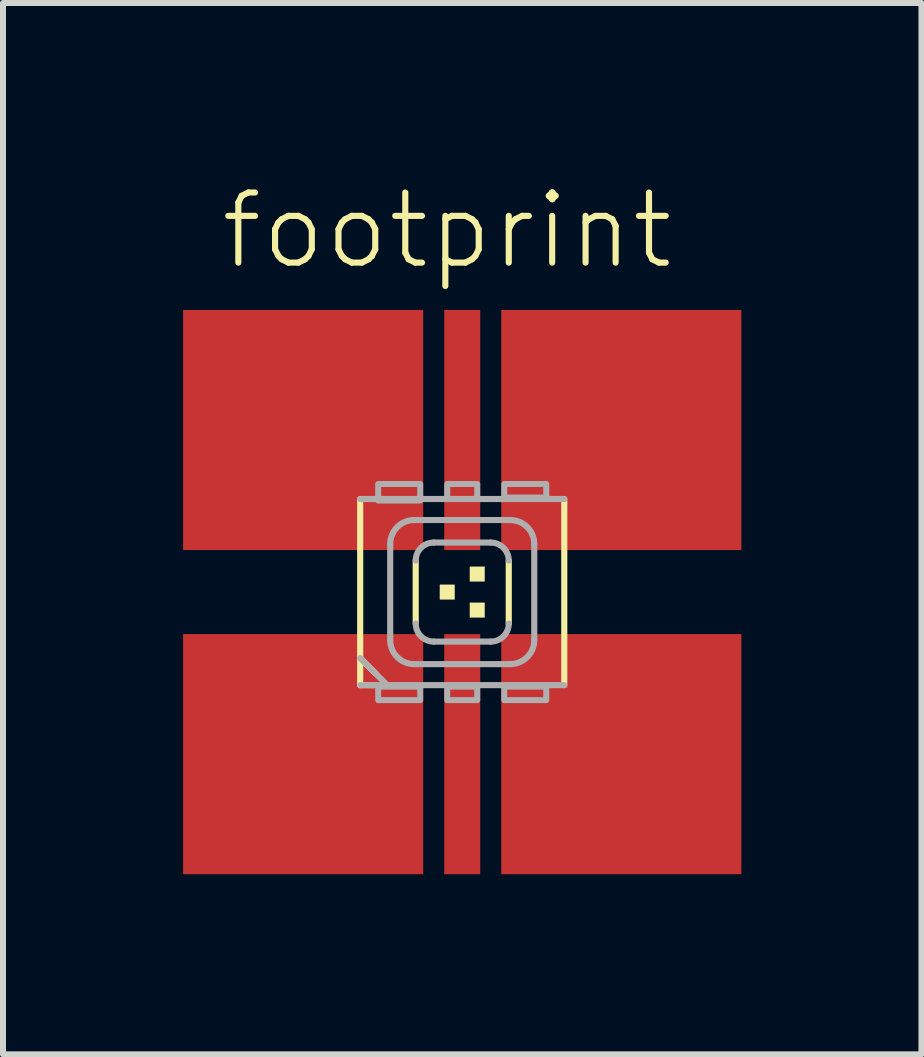
<source format=kicad_pcb>
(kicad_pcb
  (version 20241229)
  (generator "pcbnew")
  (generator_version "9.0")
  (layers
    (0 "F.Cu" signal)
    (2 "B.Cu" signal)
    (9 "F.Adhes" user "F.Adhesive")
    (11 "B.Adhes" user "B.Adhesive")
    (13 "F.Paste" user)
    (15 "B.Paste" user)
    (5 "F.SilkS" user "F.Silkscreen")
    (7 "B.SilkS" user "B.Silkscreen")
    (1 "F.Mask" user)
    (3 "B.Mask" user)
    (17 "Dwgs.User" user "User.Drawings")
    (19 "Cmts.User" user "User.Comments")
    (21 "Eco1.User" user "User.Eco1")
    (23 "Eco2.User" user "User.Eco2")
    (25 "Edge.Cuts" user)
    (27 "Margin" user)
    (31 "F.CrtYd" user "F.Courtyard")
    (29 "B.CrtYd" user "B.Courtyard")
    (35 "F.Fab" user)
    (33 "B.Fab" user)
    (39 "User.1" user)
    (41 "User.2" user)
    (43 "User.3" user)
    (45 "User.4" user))
  (footprint "footprint"
    (layer "F.Cu")
    (at 4.65 6.813)
    (property "Reference" "footprint" (at -4.075 -5.34 0) (layer "F.SilkS") (effects (font (size 1.168 1.168) (thickness 0.102)) (justify left bottom)))
    (fp_circle (center -4 4) (end -3.899 4) (stroke (width 0.202) (type solid)) (fill yes) (layer "F.Mask"))
    (fp_poly (pts (xy -1.45 -0.675) (xy -0.6 -0.675) (xy -0.6 -2.375) (xy -1.45 -2.375)) (stroke (width 0) (type solid)) (fill yes) (layer "F.Mask"))
    (fp_poly (pts (xy -1.45 2.35) (xy -0.6 2.35) (xy -0.6 0.65) (xy -1.45 0.65)) (stroke (width 0) (type solid)) (fill yes) (layer "F.Mask"))
    (fp_poly (pts (xy -0.35 -0.65) (xy 0.35 -0.65) (xy 0.35 -2.35) (xy -0.35 -2.35)) (stroke (width 0) (type solid)) (fill yes) (layer "F.Mask"))
    (fp_poly (pts (xy -0.35 2.35) (xy 0.35 2.35) (xy 0.35 0.65) (xy -0.35 0.65)) (stroke (width 0) (type solid)) (fill yes) (layer "F.Mask"))
    (fp_poly (pts (xy 0.6 -0.65) (xy 1.45 -0.65) (xy 1.45 -2.35) (xy 0.6 -2.35)) (stroke (width 0) (type solid)) (fill yes) (layer "F.Mask"))
    (fp_poly (pts (xy 0.6 2.35) (xy 1.45 2.35) (xy 1.45 0.65) (xy 0.6 0.65)) (stroke (width 0) (type solid)) (fill yes) (layer "F.Mask"))
    (fp_line (start -1.7 1.1) (end -1.7 -1.55) (stroke (width 0.102) (type solid)) (layer "F.SilkS"))
    (fp_line (start -1.7 1.1) (end -1.45 1.35) (stroke (width 0.102) (type solid)) (layer "F.SilkS"))
    (fp_line (start -1.7 1.55) (end -1.7 1.1) (stroke (width 0.102) (type solid)) (layer "F.SilkS"))
    (fp_line (start -1.475 1.55) (end -1.7 1.55) (stroke (width 0.102) (type solid)) (layer "F.SilkS"))
    (fp_line (start -0.775 -0.525) (end -0.775 0.525) (stroke (width 0.102) (type solid)) (layer "F.SilkS"))
    (fp_line (start 0.775 0.525) (end 0.775 -0.525) (stroke (width 0.102) (type solid)) (layer "F.SilkS"))
    (fp_line (start 1.7 -1.55) (end 1.7 1.55) (stroke (width 0.102) (type solid)) (layer "F.SilkS"))
    (fp_poly (pts (xy -0.375 0.125) (xy -0.125 0.125) (xy -0.125 -0.125) (xy -0.375 -0.125)) (stroke (width 0) (type solid)) (fill yes) (layer "F.SilkS"))
    (fp_poly (pts (xy 0.125 -0.175) (xy 0.375 -0.175) (xy 0.375 -0.425) (xy 0.125 -0.425)) (stroke (width 0) (type solid)) (fill yes) (layer "F.SilkS"))
    (fp_poly (pts (xy 0.125 0.425) (xy 0.375 0.425) (xy 0.375 0.175) (xy 0.125 0.175)) (stroke (width 0) (type solid)) (fill yes) (layer "F.SilkS"))
    (fp_poly (pts (xy -1.4 -0.75) (xy -0.7 -0.75) (xy -0.7 -2.275) (xy -1.4 -2.275)) (stroke (width 0) (type solid)) (fill yes) (layer "F.Paste"))
    (fp_poly (pts (xy -1.4 2.275) (xy -0.7 2.275) (xy -0.7 0.75) (xy -1.4 0.75)) (stroke (width 0) (type solid)) (fill yes) (layer "F.Paste"))
    (fp_poly (pts (xy -0.25 -0.75) (xy 0.25 -0.75) (xy 0.25 -2.275) (xy -0.25 -2.275)) (stroke (width 0) (type solid)) (fill yes) (layer "F.Paste"))
    (fp_poly (pts (xy -0.25 2.275) (xy 0.25 2.275) (xy 0.25 0.75) (xy -0.25 0.75)) (stroke (width 0) (type solid)) (fill yes) (layer "F.Paste"))
    (fp_poly (pts (xy 0.7 -0.75) (xy 1.4 -0.75) (xy 1.4 -2.275) (xy 0.7 -2.275)) (stroke (width 0) (type solid)) (fill yes) (layer "F.Paste"))
    (fp_poly (pts (xy 0.7 2.275) (xy 1.4 2.275) (xy 1.4 0.75) (xy 0.7 0.75)) (stroke (width 0) (type solid)) (fill yes) (layer "F.Paste"))
    (fp_line (start -1.7 -1.55) (end 1.7 -1.55) (stroke (width 0.102) (type solid)) (layer "F.Fab"))
    (fp_line (start -1.7 1.1) (end -1.25 1.55) (stroke (width 0.102) (type solid)) (layer "F.Fab"))
    (fp_line (start -1.25 1.55) (end -1.7 1.55) (stroke (width 0.102) (type solid)) (layer "F.Fab"))
    (fp_line (start -1.2 0.8) (end -1.2 -0.8) (stroke (width 0.102) (type solid)) (layer "F.Fab"))
    (fp_line (start -0.8 -1.2) (end 0.8 -1.2) (stroke (width 0.102) (type solid)) (layer "F.Fab"))
    (fp_line (start -0.475 0.825) (end 0.475 0.825) (stroke (width 0.102) (type solid)) (layer "F.Fab"))
    (fp_line (start 0.475 -0.825) (end -0.475 -0.825) (stroke (width 0.102) (type solid)) (layer "F.Fab"))
    (fp_line (start 0.8 1.2) (end -0.8 1.2) (stroke (width 0.102) (type solid)) (layer "F.Fab"))
    (fp_line (start 1.2 -0.8) (end 1.2 0.8) (stroke (width 0.102) (type solid)) (layer "F.Fab"))
    (fp_line (start 1.7 1.55) (end -1.25 1.55) (stroke (width 0.102) (type solid)) (layer "F.Fab"))
    (fp_arc (start -1.2 -0.8) (mid -1.082843 -1.082843) (end -0.8 -1.2) (stroke (width 0.1016) (type solid)) (layer "F.Fab"))
    (fp_arc (start -0.8 1.2) (mid -1.082843 1.082843) (end -1.2 0.8) (stroke (width 0.1016) (type solid)) (layer "F.Fab"))
    (fp_arc (start -0.775 -0.525) (mid -0.687132 -0.737132) (end -0.475 -0.825) (stroke (width 0.1016) (type solid)) (layer "F.Fab"))
    (fp_arc (start -0.475 0.825) (mid -0.687132 0.737132) (end -0.775 0.525) (stroke (width 0.1016) (type solid)) (layer "F.Fab"))
    (fp_arc (start 0.475 -0.825) (mid 0.687132 -0.737132) (end 0.775 -0.525) (stroke (width 0.1016) (type solid)) (layer "F.Fab"))
    (fp_arc (start 0.775 0.525) (mid 0.687132 0.737132) (end 0.475 0.825) (stroke (width 0.1016) (type solid)) (layer "F.Fab"))
    (fp_arc (start 0.8 -1.2) (mid 1.082843 -1.082843) (end 1.2 -0.8) (stroke (width 0.1016) (type solid)) (layer "F.Fab"))
    (fp_arc (start 1.2 0.8) (mid 1.082843 1.082843) (end 0.8 1.2) (stroke (width 0.1016) (type solid)) (layer "F.Fab"))
    (fp_poly (pts (xy -1.4 -1.525) (xy -0.7 -1.525) (xy -0.7 -1.8) (xy -1.4 -1.8)) (stroke (width 0.1) (type solid)) (fill no) (layer "F.Fab"))
    (fp_poly (pts (xy -1.4 1.8) (xy -0.7 1.8) (xy -0.7 1.575) (xy -1.4 1.575)) (stroke (width 0.1) (type solid)) (fill no) (layer "F.Fab"))
    (fp_poly (pts (xy -0.25 -1.55) (xy 0.25 -1.55) (xy 0.25 -1.8) (xy -0.25 -1.8)) (stroke (width 0.1) (type solid)) (fill no) (layer "F.Fab"))
    (fp_poly (pts (xy -0.25 1.8) (xy 0.25 1.8) (xy 0.25 1.575) (xy -0.25 1.575)) (stroke (width 0.1) (type solid)) (fill no) (layer "F.Fab"))
    (fp_poly (pts (xy 0.7 -1.575) (xy 1.4 -1.575) (xy 1.4 -1.8) (xy 0.7 -1.8)) (stroke (width 0.1) (type solid)) (fill no) (layer "F.Fab"))
    (fp_poly (pts (xy 0.7 1.8) (xy 1.4 1.8) (xy 1.4 1.575) (xy 0.7 1.575)) (stroke (width 0.1) (type solid)) (fill no) (layer "F.Fab"))
    (pad "A1" smd rect (at -2.65 2.7) (size 4 4) (layers "F.Cu"))
    (pad "A2" smd rect (at 2.65 2.7) (size 4 4) (layers "F.Cu"))
    (pad "A3" smd rect (at 2.65 -2.7) (size 4 4) (layers "F.Cu"))
    (pad "C1" smd rect (at -2.65 -2.7) (size 4 4) (layers "F.Cu"))
    (pad "C2" smd rect (at 0 2.7) (size 0.6 4) (layers "F.Cu"))
    (pad "C3" smd rect (at 0 -2.7) (size 0.6 4) (layers "F.Cu")))
  (gr_rect
    (start -3 -3)
    (end 12.3 14.513)
    (stroke (width 0.1) (type default))
    (fill no)
    (layer "Edge.Cuts")))
</source>
